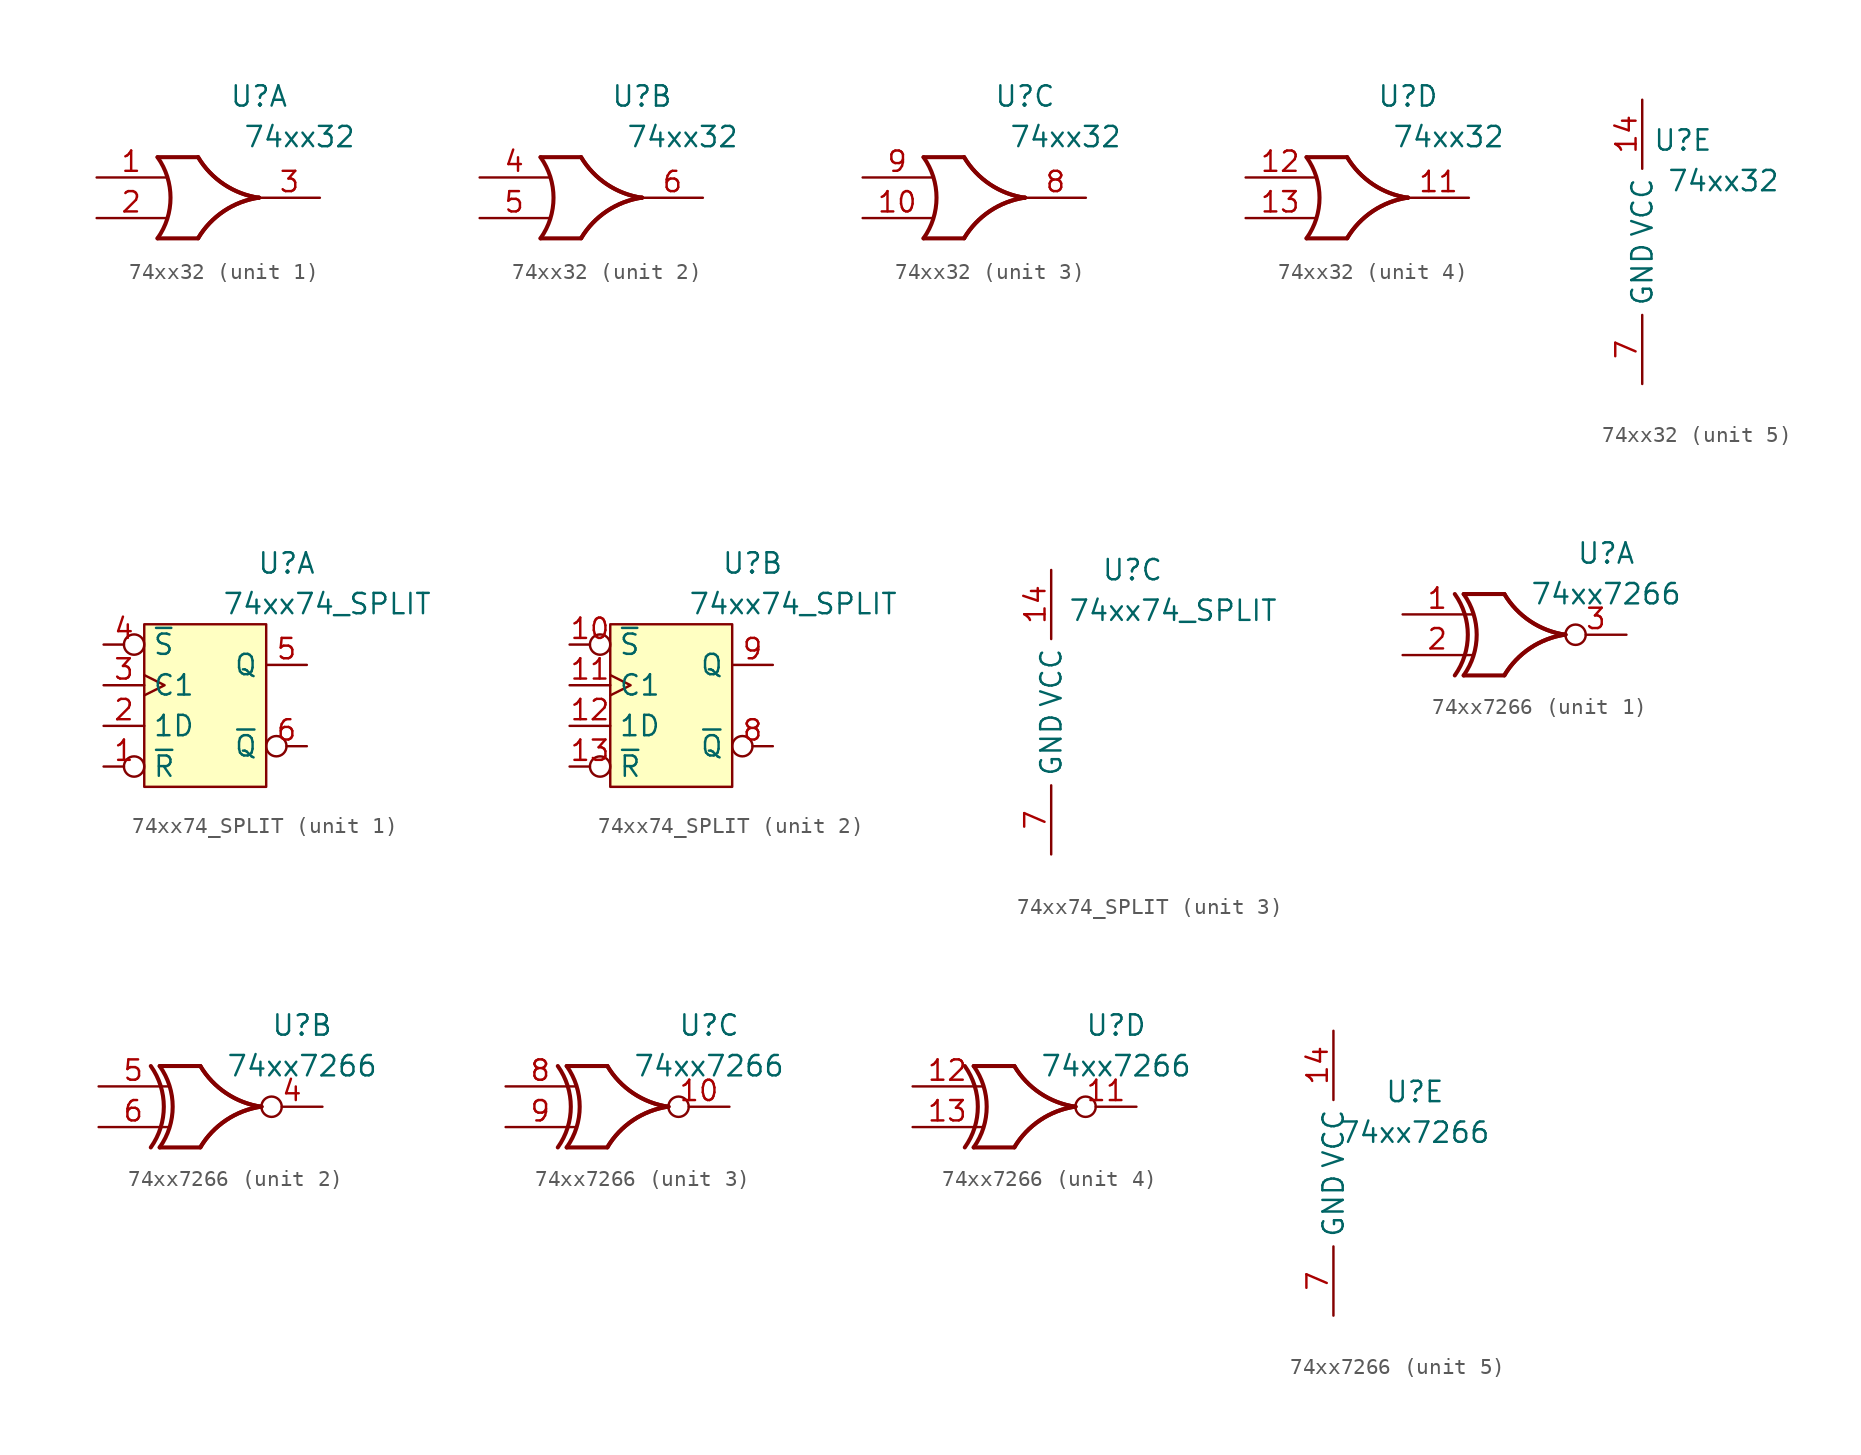
<source format=kicad_sym>
(kicad_symbol_lib
  (version 20211014)
  (generator kicad_symbol_editor)
  (symbol "74xx32"
    (property "Reference" "U"
      (at 2.54 6.35 0)
      (effects (font (size 1.27 1.27))))
    (property "Value" "74xx32"
      (at 5.08 3.81 0)
      (effects (font (size 1.27 1.27))))
    (symbol "74xx32_1_1"
      (arc (start -3.81 -2.54) (mid -2.9969 0) (end -3.81 2.54) (stroke (width 0.254) (type default) (color 0 0 0 0)) (fill (type none)))
      (arc (start -1.27 2.54) (mid -4.9882 -7.1648) (end 2.54 0) (stroke (width 0.25) (type default) (color 0 0 0 0)) (fill (type none)))
      (arc (start -1.27 2.54) (mid -4.9882 -7.1648) (end 2.54 0) (stroke (width 0.25) (type default) (color 0 0 0 0)) (fill (type none)))
      (polyline (pts (xy -3.81 -2.54) (xy -1.27 -2.54)) (stroke (width 0.254) (type default) (color 0 0 0 0)) (fill (type background)))
      (polyline (pts (xy -3.81 2.54) (xy -1.27 2.54)) (stroke (width 0.254) (type default) (color 0 0 0 0)) (fill (type background)))
      (arc (start 2.5412 0.0109) (mid -4.987 7.1757) (end -1.2688 -2.5291) (stroke (width 0.254) (type default) (color 0 0 0 0)) (fill (type none)))
      (arc (start 2.5412 0.0109) (mid -4.987 7.1757) (end -1.2688 -2.5291) (stroke (width 0.254) (type default) (color 0 0 0 0)) (fill (type none)))
      (pin input line (at -7.62 1.27 0) (length 4.318) (name "~" (effects (font (size 1.27 1.27)))) (number "1" (effects (font (size 1.27 1.27)))))
      (pin input line (at -7.62 -1.27 0) (length 4.318) (name "~" (effects (font (size 1.27 1.27)))) (number "2" (effects (font (size 1.27 1.27)))))
      (pin output line (at 6.35 0 180) (length 3.81) (name "~" (effects (font (size 1.27 1.27)))) (number "3" (effects (font (size 1.27 1.27))))))
    (symbol "74xx32_2_1"
      (arc (start -3.81 -2.54) (mid -2.9969 0) (end -3.81 2.54) (stroke (width 0.254) (type default) (color 0 0 0 0)) (fill (type none)))
      (arc (start -1.27 2.54) (mid -4.9882 -7.1648) (end 2.54 0) (stroke (width 0.25) (type default) (color 0 0 0 0)) (fill (type none)))
      (arc (start -1.27 2.54) (mid -4.9882 -7.1648) (end 2.54 0) (stroke (width 0.25) (type default) (color 0 0 0 0)) (fill (type none)))
      (polyline (pts (xy -3.81 -2.54) (xy -1.27 -2.54)) (stroke (width 0.254) (type default) (color 0 0 0 0)) (fill (type background)))
      (polyline (pts (xy -3.81 2.54) (xy -1.27 2.54)) (stroke (width 0.254) (type default) (color 0 0 0 0)) (fill (type background)))
      (arc (start 2.5412 0.0109) (mid -4.987 7.1757) (end -1.2688 -2.5291) (stroke (width 0.254) (type default) (color 0 0 0 0)) (fill (type none)))
      (arc (start 2.5412 0.0109) (mid -4.987 7.1757) (end -1.2688 -2.5291) (stroke (width 0.254) (type default) (color 0 0 0 0)) (fill (type none)))
      (pin input line (at -7.62 1.27 0) (length 4.318) (name "~" (effects (font (size 1.27 1.27)))) (number "4" (effects (font (size 1.27 1.27)))))
      (pin input line (at -7.62 -1.27 0) (length 4.318) (name "~" (effects (font (size 1.27 1.27)))) (number "5" (effects (font (size 1.27 1.27)))))
      (pin output line (at 6.35 0 180) (length 3.81) (name "~" (effects (font (size 1.27 1.27)))) (number "6" (effects (font (size 1.27 1.27))))))
    (symbol "74xx32_3_1"
      (arc (start -3.81 -2.54) (mid -2.9969 0) (end -3.81 2.54) (stroke (width 0.254) (type default) (color 0 0 0 0)) (fill (type none)))
      (arc (start -1.27 2.54) (mid -4.9882 -7.1648) (end 2.54 0) (stroke (width 0.25) (type default) (color 0 0 0 0)) (fill (type none)))
      (arc (start -1.27 2.54) (mid -4.9882 -7.1648) (end 2.54 0) (stroke (width 0.25) (type default) (color 0 0 0 0)) (fill (type none)))
      (polyline (pts (xy -3.81 -2.54) (xy -1.27 -2.54)) (stroke (width 0.254) (type default) (color 0 0 0 0)) (fill (type background)))
      (polyline (pts (xy -3.81 2.54) (xy -1.27 2.54)) (stroke (width 0.254) (type default) (color 0 0 0 0)) (fill (type background)))
      (arc (start 2.5412 0.0109) (mid -4.987 7.1757) (end -1.2688 -2.5291) (stroke (width 0.254) (type default) (color 0 0 0 0)) (fill (type none)))
      (arc (start 2.5412 0.0109) (mid -4.987 7.1757) (end -1.2688 -2.5291) (stroke (width 0.254) (type default) (color 0 0 0 0)) (fill (type none)))
      (pin input line (at -7.62 -1.27 0) (length 4.318) (name "~" (effects (font (size 1.27 1.27)))) (number "10" (effects (font (size 1.27 1.27)))))
      (pin output line (at 6.35 0 180) (length 3.81) (name "~" (effects (font (size 1.27 1.27)))) (number "8" (effects (font (size 1.27 1.27)))))
      (pin input line (at -7.62 1.27 0) (length 4.318) (name "~" (effects (font (size 1.27 1.27)))) (number "9" (effects (font (size 1.27 1.27))))))
    (symbol "74xx32_4_1"
      (arc (start -3.81 -2.54) (mid -2.9969 0) (end -3.81 2.54) (stroke (width 0.254) (type default) (color 0 0 0 0)) (fill (type none)))
      (arc (start -1.27 2.54) (mid -4.9882 -7.1648) (end 2.54 0) (stroke (width 0.25) (type default) (color 0 0 0 0)) (fill (type none)))
      (arc (start -1.27 2.54) (mid -4.9882 -7.1648) (end 2.54 0) (stroke (width 0.25) (type default) (color 0 0 0 0)) (fill (type none)))
      (polyline (pts (xy -3.81 -2.54) (xy -1.27 -2.54)) (stroke (width 0.254) (type default) (color 0 0 0 0)) (fill (type background)))
      (polyline (pts (xy -3.81 2.54) (xy -1.27 2.54)) (stroke (width 0.254) (type default) (color 0 0 0 0)) (fill (type background)))
      (arc (start 2.5412 0.0109) (mid -4.987 7.1757) (end -1.2688 -2.5291) (stroke (width 0.254) (type default) (color 0 0 0 0)) (fill (type none)))
      (arc (start 2.5412 0.0109) (mid -4.987 7.1757) (end -1.2688 -2.5291) (stroke (width 0.254) (type default) (color 0 0 0 0)) (fill (type none)))
      (pin output line (at 6.35 0 180) (length 3.81) (name "~" (effects (font (size 1.27 1.27)))) (number "11" (effects (font (size 1.27 1.27)))))
      (pin input line (at -7.62 1.27 0) (length 4.318) (name "~" (effects (font (size 1.27 1.27)))) (number "12" (effects (font (size 1.27 1.27)))))
      (pin input line (at -7.62 -1.27 0) (length 4.318) (name "~" (effects (font (size 1.27 1.27)))) (number "13" (effects (font (size 1.27 1.27))))))
    (symbol "74xx32_5_1"
      (pin input line (at 0 8.89 270) (length 4.318) (name "VCC" (effects (font (size 1.27 1.27)))) (number "14" (effects (font (size 1.27 1.27)))))
      (pin input line (at 0 -8.89 90) (length 4.318) (name "GND" (effects (font (size 1.27 1.27)))) (number "7" (effects (font (size 1.27 1.27)))))))
  (symbol "74xx74_SPLIT"
    (property "Reference" "U"
      (at 5.08 8.89 0)
      (effects (font (size 1.27 1.27))))
    (property "Value" "74xx74_SPLIT"
      (at 7.62 6.35 0)
      (effects (font (size 1.27 1.27))))
    (property "ki_locked" ""
      (at 0 0 0)
      (effects (font (size 1.27 1.27))))
    (symbol "74xx74_SPLIT_1_1"
      (rectangle (start -3.81 5.08) (end 3.81 -5.08) (stroke (width 0) (type default) (color 0 0 0 0)) (fill (type background)))
      (pin input inverted (at -6.35 -3.81 0) (length 2.54) (name "~{R}" (effects (font (size 1.27 1.27)))) (number "1" (effects (font (size 1.27 1.27)))))
      (pin input line (at -6.35 -1.27 0) (length 2.54) (name "1D" (effects (font (size 1.27 1.27)))) (number "2" (effects (font (size 1.27 1.27)))))
      (pin input clock (at -6.35 1.27 0) (length 2.54) (name "C1" (effects (font (size 1.27 1.27)))) (number "3" (effects (font (size 1.27 1.27)))))
      (pin input inverted (at -6.35 3.81 0) (length 2.54) (name "~{S}" (effects (font (size 1.27 1.27)))) (number "4" (effects (font (size 1.27 1.27)))))
      (pin output line (at 6.35 2.54 180) (length 2.54) (name "Q" (effects (font (size 1.27 1.27)))) (number "5" (effects (font (size 1.27 1.27)))))
      (pin output inverted (at 6.35 -2.54 180) (length 2.54) (name "~{Q}" (effects (font (size 1.27 1.27)))) (number "6" (effects (font (size 1.27 1.27))))))
    (symbol "74xx74_SPLIT_2_1"
      (rectangle (start -3.81 5.08) (end 3.81 -5.08) (stroke (width 0) (type default) (color 0 0 0 0)) (fill (type background)))
      (pin input inverted (at -6.35 3.81 0) (length 2.54) (name "~{S}" (effects (font (size 1.27 1.27)))) (number "10" (effects (font (size 1.27 1.27)))))
      (pin input clock (at -6.35 1.27 0) (length 2.54) (name "C1" (effects (font (size 1.27 1.27)))) (number "11" (effects (font (size 1.27 1.27)))))
      (pin input line (at -6.35 -1.27 0) (length 2.54) (name "1D" (effects (font (size 1.27 1.27)))) (number "12" (effects (font (size 1.27 1.27)))))
      (pin input inverted (at -6.35 -3.81 0) (length 2.54) (name "~{R}" (effects (font (size 1.27 1.27)))) (number "13" (effects (font (size 1.27 1.27)))))
      (pin output inverted (at 6.35 -2.54 180) (length 2.54) (name "~{Q}" (effects (font (size 1.27 1.27)))) (number "8" (effects (font (size 1.27 1.27)))))
      (pin output line (at 6.35 2.54 180) (length 2.54) (name "Q" (effects (font (size 1.27 1.27)))) (number "9" (effects (font (size 1.27 1.27))))))
    (symbol "74xx74_SPLIT_3_1"
      (pin input line (at 0 8.89 270) (length 4.318) (name "VCC" (effects (font (size 1.27 1.27)))) (number "14" (effects (font (size 1.27 1.27)))))
      (pin input line (at 0 -8.89 90) (length 4.318) (name "GND" (effects (font (size 1.27 1.27)))) (number "7" (effects (font (size 1.27 1.27)))))))
  (symbol "74xx7266"
    (property "Reference" "U"
      (at 5.08 5.08 0)
      (effects (font (size 1.27 1.27))))
    (property "Value" "74xx7266"
      (at 5.08 2.54 0)
      (effects (font (size 1.27 1.27))))
    (symbol "74xx7266_1_1"
      (arc (start -4.3641 -2.54) (mid -3.551 0) (end -4.3641 2.54) (stroke (width 0.254) (type default) (color 0 0 0 0)) (fill (type none)))
      (arc (start -3.81 -2.54) (mid -2.9969 0) (end -3.81 2.54) (stroke (width 0.254) (type default) (color 0 0 0 0)) (fill (type none)))
      (arc (start -1.27 2.54) (mid -4.9882 -7.1648) (end 2.54 0) (stroke (width 0.25) (type default) (color 0 0 0 0)) (fill (type none)))
      (arc (start -1.27 2.54) (mid -4.9882 -7.1648) (end 2.54 0) (stroke (width 0.25) (type default) (color 0 0 0 0)) (fill (type none)))
      (polyline (pts (xy -3.81 -2.54) (xy -1.27 -2.54)) (stroke (width 0.254) (type default) (color 0 0 0 0)) (fill (type background)))
      (polyline (pts (xy -3.81 2.54) (xy -1.27 2.54)) (stroke (width 0.254) (type default) (color 0 0 0 0)) (fill (type background)))
      (arc (start 2.5412 0.0109) (mid -4.987 7.1757) (end -1.2688 -2.5291) (stroke (width 0.254) (type default) (color 0 0 0 0)) (fill (type none)))
      (arc (start 2.5412 0.0109) (mid -4.987 7.1757) (end -1.2688 -2.5291) (stroke (width 0.254) (type default) (color 0 0 0 0)) (fill (type none)))
      (pin input line (at -7.62 1.27 0) (length 4.318) (name "~" (effects (font (size 1.27 1.27)))) (number "1" (effects (font (size 1.27 1.27)))))
      (pin input line (at -7.62 -1.27 0) (length 4.318) (name "~" (effects (font (size 1.27 1.27)))) (number "2" (effects (font (size 1.27 1.27)))))
      (pin output inverted (at 6.35 0 180) (length 3.81) (name "~" (effects (font (size 1.27 1.27)))) (number "3" (effects (font (size 1.27 1.27))))))
    (symbol "74xx7266_2_1"
      (arc (start -4.3641 -2.54) (mid -3.551 0) (end -4.3641 2.54) (stroke (width 0.254) (type default) (color 0 0 0 0)) (fill (type none)))
      (arc (start -3.81 -2.54) (mid -2.9969 0) (end -3.81 2.54) (stroke (width 0.254) (type default) (color 0 0 0 0)) (fill (type none)))
      (arc (start -1.27 2.54) (mid -4.9882 -7.1648) (end 2.54 0) (stroke (width 0.25) (type default) (color 0 0 0 0)) (fill (type none)))
      (arc (start -1.27 2.54) (mid -4.9882 -7.1648) (end 2.54 0) (stroke (width 0.25) (type default) (color 0 0 0 0)) (fill (type none)))
      (polyline (pts (xy -3.81 -2.54) (xy -1.27 -2.54)) (stroke (width 0.254) (type default) (color 0 0 0 0)) (fill (type background)))
      (polyline (pts (xy -3.81 2.54) (xy -1.27 2.54)) (stroke (width 0.254) (type default) (color 0 0 0 0)) (fill (type background)))
      (arc (start 2.5412 0.0109) (mid -4.987 7.1757) (end -1.2688 -2.5291) (stroke (width 0.254) (type default) (color 0 0 0 0)) (fill (type none)))
      (arc (start 2.5412 0.0109) (mid -4.987 7.1757) (end -1.2688 -2.5291) (stroke (width 0.254) (type default) (color 0 0 0 0)) (fill (type none)))
      (pin output inverted (at 6.35 0 180) (length 3.81) (name "~" (effects (font (size 1.27 1.27)))) (number "4" (effects (font (size 1.27 1.27)))))
      (pin input line (at -7.62 1.27 0) (length 4.318) (name "~" (effects (font (size 1.27 1.27)))) (number "5" (effects (font (size 1.27 1.27)))))
      (pin input line (at -7.62 -1.27 0) (length 4.318) (name "~" (effects (font (size 1.27 1.27)))) (number "6" (effects (font (size 1.27 1.27))))))
    (symbol "74xx7266_3_1"
      (arc (start -4.3641 -2.54) (mid -3.551 0) (end -4.3641 2.54) (stroke (width 0.254) (type default) (color 0 0 0 0)) (fill (type none)))
      (arc (start -3.81 -2.54) (mid -2.9969 0) (end -3.81 2.54) (stroke (width 0.254) (type default) (color 0 0 0 0)) (fill (type none)))
      (arc (start -1.27 2.54) (mid -4.9882 -7.1648) (end 2.54 0) (stroke (width 0.25) (type default) (color 0 0 0 0)) (fill (type none)))
      (arc (start -1.27 2.54) (mid -4.9882 -7.1648) (end 2.54 0) (stroke (width 0.25) (type default) (color 0 0 0 0)) (fill (type none)))
      (polyline (pts (xy -3.81 -2.54) (xy -1.27 -2.54)) (stroke (width 0.254) (type default) (color 0 0 0 0)) (fill (type background)))
      (polyline (pts (xy -3.81 2.54) (xy -1.27 2.54)) (stroke (width 0.254) (type default) (color 0 0 0 0)) (fill (type background)))
      (arc (start 2.5412 0.0109) (mid -4.987 7.1757) (end -1.2688 -2.5291) (stroke (width 0.254) (type default) (color 0 0 0 0)) (fill (type none)))
      (arc (start 2.5412 0.0109) (mid -4.987 7.1757) (end -1.2688 -2.5291) (stroke (width 0.254) (type default) (color 0 0 0 0)) (fill (type none)))
      (pin output inverted (at 6.35 0 180) (length 3.81) (name "~" (effects (font (size 1.27 1.27)))) (number "10" (effects (font (size 1.27 1.27)))))
      (pin input line (at -7.62 1.27 0) (length 4.318) (name "~" (effects (font (size 1.27 1.27)))) (number "8" (effects (font (size 1.27 1.27)))))
      (pin input line (at -7.62 -1.27 0) (length 4.318) (name "~" (effects (font (size 1.27 1.27)))) (number "9" (effects (font (size 1.27 1.27))))))
    (symbol "74xx7266_4_1"
      (arc (start -4.3641 -2.54) (mid -3.551 0) (end -4.3641 2.54) (stroke (width 0.254) (type default) (color 0 0 0 0)) (fill (type none)))
      (arc (start -3.81 -2.54) (mid -2.9969 0) (end -3.81 2.54) (stroke (width 0.254) (type default) (color 0 0 0 0)) (fill (type none)))
      (arc (start -1.27 2.54) (mid -4.9882 -7.1648) (end 2.54 0) (stroke (width 0.25) (type default) (color 0 0 0 0)) (fill (type none)))
      (arc (start -1.27 2.54) (mid -4.9882 -7.1648) (end 2.54 0) (stroke (width 0.25) (type default) (color 0 0 0 0)) (fill (type none)))
      (polyline (pts (xy -3.81 -2.54) (xy -1.27 -2.54)) (stroke (width 0.254) (type default) (color 0 0 0 0)) (fill (type background)))
      (polyline (pts (xy -3.81 2.54) (xy -1.27 2.54)) (stroke (width 0.254) (type default) (color 0 0 0 0)) (fill (type background)))
      (arc (start 2.5412 0.0109) (mid -4.987 7.1757) (end -1.2688 -2.5291) (stroke (width 0.254) (type default) (color 0 0 0 0)) (fill (type none)))
      (arc (start 2.5412 0.0109) (mid -4.987 7.1757) (end -1.2688 -2.5291) (stroke (width 0.254) (type default) (color 0 0 0 0)) (fill (type none)))
      (pin output inverted (at 6.35 0 180) (length 3.81) (name "~" (effects (font (size 1.27 1.27)))) (number "11" (effects (font (size 1.27 1.27)))))
      (pin input line (at -7.62 1.27 0) (length 4.318) (name "~" (effects (font (size 1.27 1.27)))) (number "12" (effects (font (size 1.27 1.27)))))
      (pin input line (at -7.62 -1.27 0) (length 4.318) (name "~" (effects (font (size 1.27 1.27)))) (number "13" (effects (font (size 1.27 1.27))))))
    (symbol "74xx7266_5_1"
      (pin input line (at 0 8.89 270) (length 4.318) (name "VCC" (effects (font (size 1.27 1.27)))) (number "14" (effects (font (size 1.27 1.27)))))
      (pin input line (at 0 -8.89 90) (length 4.318) (name "GND" (effects (font (size 1.27 1.27)))) (number "7" (effects (font (size 1.27 1.27))))))))
</source>
